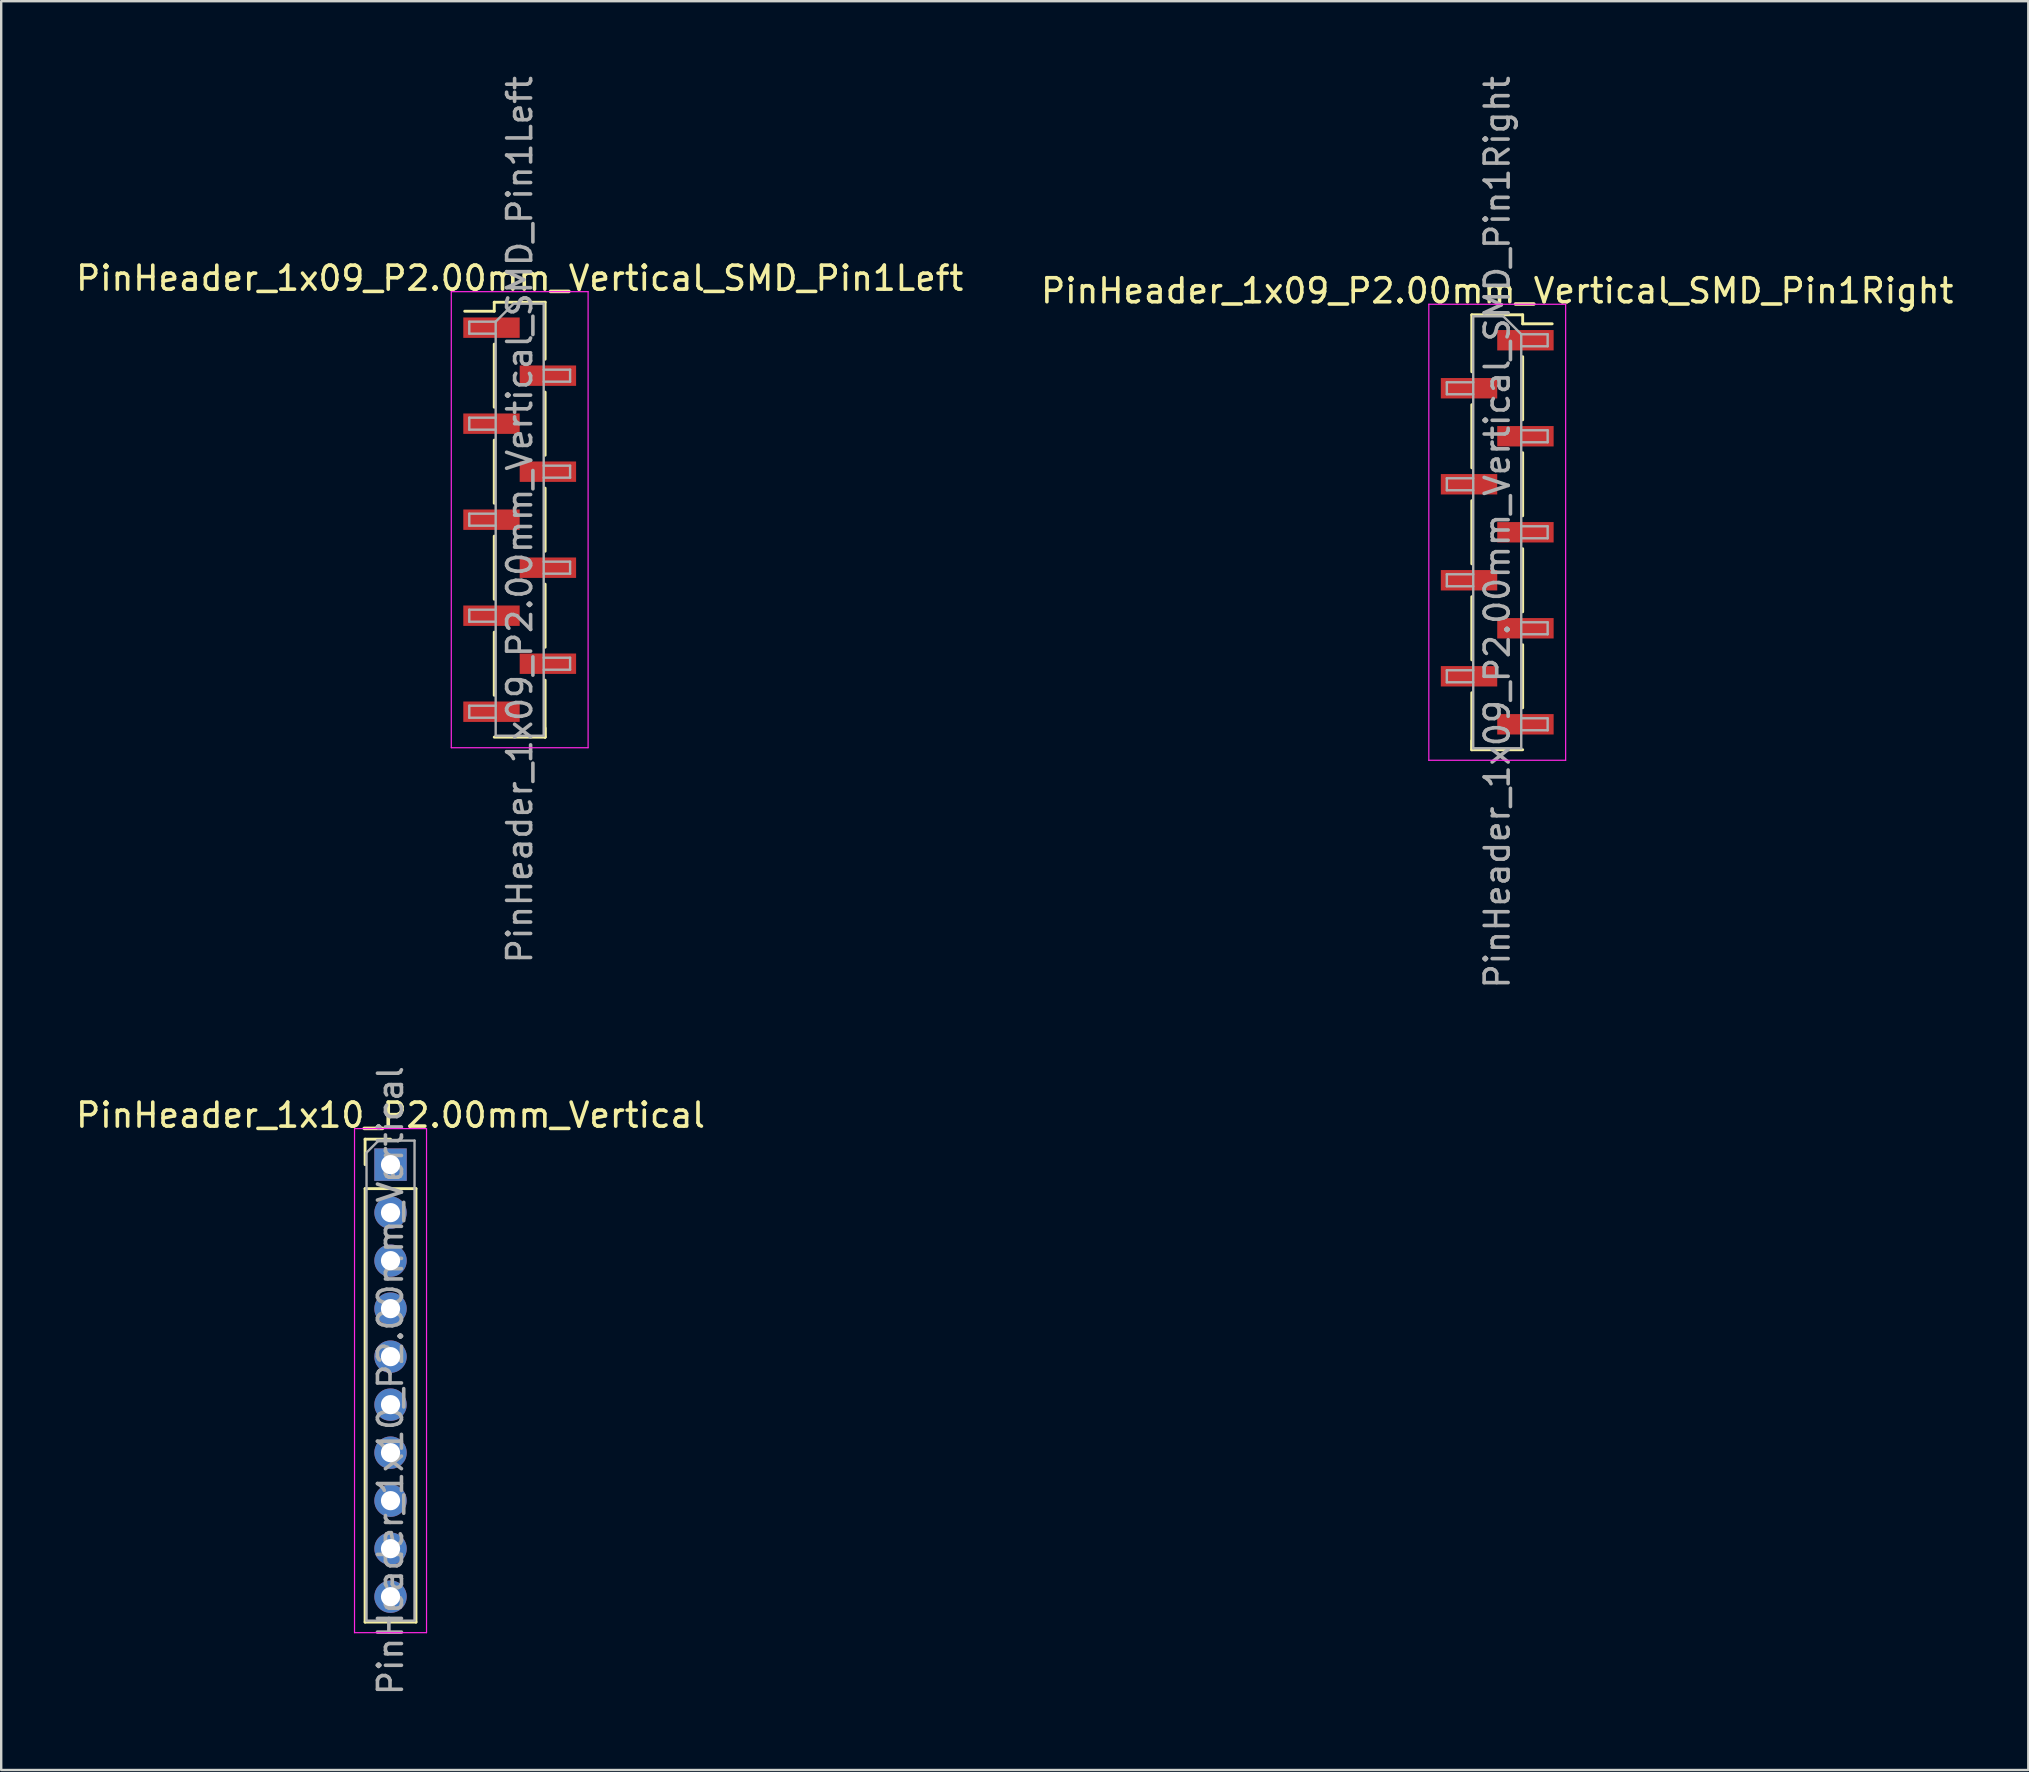
<source format=kicad_pcb>
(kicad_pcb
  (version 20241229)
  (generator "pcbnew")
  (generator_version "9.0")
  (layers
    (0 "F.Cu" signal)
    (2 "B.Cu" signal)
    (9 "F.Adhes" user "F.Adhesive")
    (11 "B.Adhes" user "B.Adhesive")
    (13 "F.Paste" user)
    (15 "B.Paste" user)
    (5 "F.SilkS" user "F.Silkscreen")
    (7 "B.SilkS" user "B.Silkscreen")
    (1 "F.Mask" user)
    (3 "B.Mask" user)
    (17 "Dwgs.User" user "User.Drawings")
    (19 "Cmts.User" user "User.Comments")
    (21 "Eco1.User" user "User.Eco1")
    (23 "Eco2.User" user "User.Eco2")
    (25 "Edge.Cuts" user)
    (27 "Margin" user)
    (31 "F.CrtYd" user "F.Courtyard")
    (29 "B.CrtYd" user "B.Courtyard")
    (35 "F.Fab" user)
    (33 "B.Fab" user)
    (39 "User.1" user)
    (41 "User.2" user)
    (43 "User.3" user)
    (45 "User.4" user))
  (footprint "PinHeader_1x09_P2.00mm_Vertical_SMD_Pin1Left"
    (layer "F.Cu")
    (at 18.601 18.601)
    (property "Reference" "PinHeader_1x09_P2.00mm_Vertical_SMD_Pin1Left" (at 0 -10.06 0) (layer "F.SilkS") (effects (font (size 1 1) (thickness 0.15))))
    (attr smd)
    (fp_line (start -1.06 -9.06) (end -1.06 -8.685) (stroke (width 0.12) (type solid)) (layer "F.SilkS"))
    (fp_line (start -1.06 -9.06) (end 1.06 -9.06) (stroke (width 0.12) (type solid)) (layer "F.SilkS"))
    (fp_line (start -1.06 -8.685) (end -2.29 -8.685) (stroke (width 0.12) (type solid)) (layer "F.SilkS"))
    (fp_line (start -1.06 -7.315) (end -1.06 -4.685) (stroke (width 0.12) (type solid)) (layer "F.SilkS"))
    (fp_line (start -1.06 -3.315) (end -1.06 -0.685) (stroke (width 0.12) (type solid)) (layer "F.SilkS"))
    (fp_line (start -1.06 0.685) (end -1.06 3.315) (stroke (width 0.12) (type solid)) (layer "F.SilkS"))
    (fp_line (start -1.06 4.685) (end -1.06 7.315) (stroke (width 0.12) (type solid)) (layer "F.SilkS"))
    (fp_line (start -1.06 9.06) (end 1.06 9.06) (stroke (width 0.12) (type solid)) (layer "F.SilkS"))
    (fp_line (start 1.06 -9.06) (end 1.06 -6.685) (stroke (width 0.12) (type solid)) (layer "F.SilkS"))
    (fp_line (start 1.06 -5.315) (end 1.06 -2.685) (stroke (width 0.12) (type solid)) (layer "F.SilkS"))
    (fp_line (start 1.06 -1.315) (end 1.06 1.315) (stroke (width 0.12) (type solid)) (layer "F.SilkS"))
    (fp_line (start 1.06 2.685) (end 1.06 5.315) (stroke (width 0.12) (type solid)) (layer "F.SilkS"))
    (fp_line (start 1.06 6.685) (end 1.06 9.06) (stroke (width 0.12) (type solid)) (layer "F.SilkS"))
    (fp_line (start 1.06 8.685) (end 1.06 9.06) (stroke (width 0.12) (type solid)) (layer "F.SilkS"))
    (fp_line (start -2.85 -9.5) (end -2.85 9.5) (stroke (width 0.05) (type solid)) (layer "F.CrtYd"))
    (fp_line (start -2.85 9.5) (end 2.85 9.5) (stroke (width 0.05) (type solid)) (layer "F.CrtYd"))
    (fp_line (start 2.85 -9.5) (end -2.85 -9.5) (stroke (width 0.05) (type solid)) (layer "F.CrtYd"))
    (fp_line (start 2.85 9.5) (end 2.85 -9.5) (stroke (width 0.05) (type solid)) (layer "F.CrtYd"))
    (fp_line (start -2.1 -8.25) (end -2.1 -7.75) (stroke (width 0.1) (type solid)) (layer "F.Fab"))
    (fp_line (start -2.1 -7.75) (end -1 -7.75) (stroke (width 0.1) (type solid)) (layer "F.Fab"))
    (fp_line (start -2.1 -4.25) (end -2.1 -3.75) (stroke (width 0.1) (type solid)) (layer "F.Fab"))
    (fp_line (start -2.1 -3.75) (end -1 -3.75) (stroke (width 0.1) (type solid)) (layer "F.Fab"))
    (fp_line (start -2.1 -0.25) (end -2.1 0.25) (stroke (width 0.1) (type solid)) (layer "F.Fab"))
    (fp_line (start -2.1 0.25) (end -1 0.25) (stroke (width 0.1) (type solid)) (layer "F.Fab"))
    (fp_line (start -2.1 3.75) (end -2.1 4.25) (stroke (width 0.1) (type solid)) (layer "F.Fab"))
    (fp_line (start -2.1 4.25) (end -1 4.25) (stroke (width 0.1) (type solid)) (layer "F.Fab"))
    (fp_line (start -2.1 7.75) (end -2.1 8.25) (stroke (width 0.1) (type solid)) (layer "F.Fab"))
    (fp_line (start -2.1 8.25) (end -1 8.25) (stroke (width 0.1) (type solid)) (layer "F.Fab"))
    (fp_line (start -1 -8.25) (end -2.1 -8.25) (stroke (width 0.1) (type solid)) (layer "F.Fab"))
    (fp_line (start -1 -8.25) (end -0.25 -9) (stroke (width 0.1) (type solid)) (layer "F.Fab"))
    (fp_line (start -1 -4.25) (end -2.1 -4.25) (stroke (width 0.1) (type solid)) (layer "F.Fab"))
    (fp_line (start -1 -0.25) (end -2.1 -0.25) (stroke (width 0.1) (type solid)) (layer "F.Fab"))
    (fp_line (start -1 3.75) (end -2.1 3.75) (stroke (width 0.1) (type solid)) (layer "F.Fab"))
    (fp_line (start -1 7.75) (end -2.1 7.75) (stroke (width 0.1) (type solid)) (layer "F.Fab"))
    (fp_line (start -1 9) (end -1 -8.25) (stroke (width 0.1) (type solid)) (layer "F.Fab"))
    (fp_line (start -0.25 -9) (end 1 -9) (stroke (width 0.1) (type solid)) (layer "F.Fab"))
    (fp_line (start 1 -9) (end 1 9) (stroke (width 0.1) (type solid)) (layer "F.Fab"))
    (fp_line (start 1 -6.25) (end 2.1 -6.25) (stroke (width 0.1) (type solid)) (layer "F.Fab"))
    (fp_line (start 1 -2.25) (end 2.1 -2.25) (stroke (width 0.1) (type solid)) (layer "F.Fab"))
    (fp_line (start 1 1.75) (end 2.1 1.75) (stroke (width 0.1) (type solid)) (layer "F.Fab"))
    (fp_line (start 1 5.75) (end 2.1 5.75) (stroke (width 0.1) (type solid)) (layer "F.Fab"))
    (fp_line (start 1 9) (end -1 9) (stroke (width 0.1) (type solid)) (layer "F.Fab"))
    (fp_line (start 2.1 -6.25) (end 2.1 -5.75) (stroke (width 0.1) (type solid)) (layer "F.Fab"))
    (fp_line (start 2.1 -5.75) (end 1 -5.75) (stroke (width 0.1) (type solid)) (layer "F.Fab"))
    (fp_line (start 2.1 -2.25) (end 2.1 -1.75) (stroke (width 0.1) (type solid)) (layer "F.Fab"))
    (fp_line (start 2.1 -1.75) (end 1 -1.75) (stroke (width 0.1) (type solid)) (layer "F.Fab"))
    (fp_line (start 2.1 1.75) (end 2.1 2.25) (stroke (width 0.1) (type solid)) (layer "F.Fab"))
    (fp_line (start 2.1 2.25) (end 1 2.25) (stroke (width 0.1) (type solid)) (layer "F.Fab"))
    (fp_line (start 2.1 5.75) (end 2.1 6.25) (stroke (width 0.1) (type solid)) (layer "F.Fab"))
    (fp_line (start 2.1 6.25) (end 1 6.25) (stroke (width 0.1) (type solid)) (layer "F.Fab"))
    (fp_text user "${REFERENCE}" (at 0 0 90) (layer "F.Fab") (effects (font (size 1 1) (thickness 0.15))))
    (pad "1" smd rect (at -1.175 -8) (size 2.35 0.85) (layers "F.Cu" "F.Mask" "F.Paste"))
    (pad "2" smd rect (at 1.175 -6) (size 2.35 0.85) (layers "F.Cu" "F.Mask" "F.Paste"))
    (pad "3" smd rect (at -1.175 -4) (size 2.35 0.85) (layers "F.Cu" "F.Mask" "F.Paste"))
    (pad "4" smd rect (at 1.175 -2) (size 2.35 0.85) (layers "F.Cu" "F.Mask" "F.Paste"))
    (pad "5" smd rect (at -1.175 0) (size 2.35 0.85) (layers "F.Cu" "F.Mask" "F.Paste"))
    (pad "6" smd rect (at 1.175 2) (size 2.35 0.85) (layers "F.Cu" "F.Mask" "F.Paste"))
    (pad "7" smd rect (at -1.175 4) (size 2.35 0.85) (layers "F.Cu" "F.Mask" "F.Paste"))
    (pad "8" smd rect (at 1.175 6) (size 2.35 0.85) (layers "F.Cu" "F.Mask" "F.Paste"))
    (pad "9" smd rect (at -1.175 8) (size 2.35 0.85) (layers "F.Cu" "F.Mask" "F.Paste")))
  (footprint "PinHeader_1x10_P2.00mm_Vertical"
    (layer "F.Cu")
    (at 13.22 45.47)
    (property "Reference" "PinHeader_1x10_P2.00mm_Vertical" (at 0 -2.06 0) (layer "F.SilkS") (effects (font (size 1 1) (thickness 0.15))))
    (attr through_hole)
    (fp_line (start -1.06 -1.06) (end 0 -1.06) (stroke (width 0.12) (type solid)) (layer "F.SilkS"))
    (fp_line (start -1.06 0) (end -1.06 -1.06) (stroke (width 0.12) (type solid)) (layer "F.SilkS"))
    (fp_line (start -1.06 1) (end -1.06 19.06) (stroke (width 0.12) (type solid)) (layer "F.SilkS"))
    (fp_line (start -1.06 1) (end 1.06 1) (stroke (width 0.12) (type solid)) (layer "F.SilkS"))
    (fp_line (start -1.06 19.06) (end 1.06 19.06) (stroke (width 0.12) (type solid)) (layer "F.SilkS"))
    (fp_line (start 1.06 1) (end 1.06 19.06) (stroke (width 0.12) (type solid)) (layer "F.SilkS"))
    (fp_line (start -1.5 -1.5) (end -1.5 19.5) (stroke (width 0.05) (type solid)) (layer "F.CrtYd"))
    (fp_line (start -1.5 19.5) (end 1.5 19.5) (stroke (width 0.05) (type solid)) (layer "F.CrtYd"))
    (fp_line (start 1.5 -1.5) (end -1.5 -1.5) (stroke (width 0.05) (type solid)) (layer "F.CrtYd"))
    (fp_line (start 1.5 19.5) (end 1.5 -1.5) (stroke (width 0.05) (type solid)) (layer "F.CrtYd"))
    (fp_line (start -1 -0.5) (end -0.5 -1) (stroke (width 0.1) (type solid)) (layer "F.Fab"))
    (fp_line (start -1 19) (end -1 -0.5) (stroke (width 0.1) (type solid)) (layer "F.Fab"))
    (fp_line (start -0.5 -1) (end 1 -1) (stroke (width 0.1) (type solid)) (layer "F.Fab"))
    (fp_line (start 1 -1) (end 1 19) (stroke (width 0.1) (type solid)) (layer "F.Fab"))
    (fp_line (start 1 19) (end -1 19) (stroke (width 0.1) (type solid)) (layer "F.Fab"))
    (fp_text user "${REFERENCE}" (at 0 9 90) (layer "F.Fab") (effects (font (size 1 1) (thickness 0.15))))
    (pad "1" thru_hole rect (at 0 0) (size 1.35 1.35) (drill 0.8) (layers "*.Cu" "*.Mask"))
    (pad "2" thru_hole oval (at 0 2) (size 1.35 1.35) (drill 0.8) (layers "*.Cu" "*.Mask"))
    (pad "3" thru_hole oval (at 0 4) (size 1.35 1.35) (drill 0.8) (layers "*.Cu" "*.Mask"))
    (pad "4" thru_hole oval (at 0 6) (size 1.35 1.35) (drill 0.8) (layers "*.Cu" "*.Mask"))
    (pad "5" thru_hole oval (at 0 8) (size 1.35 1.35) (drill 0.8) (layers "*.Cu" "*.Mask"))
    (pad "6" thru_hole oval (at 0 10) (size 1.35 1.35) (drill 0.8) (layers "*.Cu" "*.Mask"))
    (pad "7" thru_hole oval (at 0 12) (size 1.35 1.35) (drill 0.8) (layers "*.Cu" "*.Mask"))
    (pad "8" thru_hole oval (at 0 14) (size 1.35 1.35) (drill 0.8) (layers "*.Cu" "*.Mask"))
    (pad "9" thru_hole oval (at 0 16) (size 1.35 1.35) (drill 0.8) (layers "*.Cu" "*.Mask"))
    (pad "10" thru_hole oval (at 0 18) (size 1.35 1.35) (drill 0.8) (layers "*.Cu" "*.Mask")))
  (footprint "PinHeader_1x09_P2.00mm_Vertical_SMD_Pin1Right"
    (layer "F.Cu")
    (at 59.327 19.125)
    (property "Reference" "PinHeader_1x09_P2.00mm_Vertical_SMD_Pin1Right" (at 0 -10.06 0) (layer "F.SilkS") (effects (font (size 1 1) (thickness 0.15))))
    (attr smd)
    (fp_line (start -1.06 -9.06) (end -1.06 -6.685) (stroke (width 0.12) (type solid)) (layer "F.SilkS"))
    (fp_line (start -1.06 -9.06) (end 1.06 -9.06) (stroke (width 0.12) (type solid)) (layer "F.SilkS"))
    (fp_line (start -1.06 -5.315) (end -1.06 -2.685) (stroke (width 0.12) (type solid)) (layer "F.SilkS"))
    (fp_line (start -1.06 -1.315) (end -1.06 1.315) (stroke (width 0.12) (type solid)) (layer "F.SilkS"))
    (fp_line (start -1.06 2.685) (end -1.06 5.315) (stroke (width 0.12) (type solid)) (layer "F.SilkS"))
    (fp_line (start -1.06 6.685) (end -1.06 9.06) (stroke (width 0.12) (type solid)) (layer "F.SilkS"))
    (fp_line (start -1.06 8.685) (end -1.06 9.06) (stroke (width 0.12) (type solid)) (layer "F.SilkS"))
    (fp_line (start -1.06 9.06) (end 1.06 9.06) (stroke (width 0.12) (type solid)) (layer "F.SilkS"))
    (fp_line (start 1.06 -9.06) (end 1.06 -8.685) (stroke (width 0.12) (type solid)) (layer "F.SilkS"))
    (fp_line (start 1.06 -8.685) (end 2.29 -8.685) (stroke (width 0.12) (type solid)) (layer "F.SilkS"))
    (fp_line (start 1.06 -7.315) (end 1.06 -4.685) (stroke (width 0.12) (type solid)) (layer "F.SilkS"))
    (fp_line (start 1.06 -3.315) (end 1.06 -0.685) (stroke (width 0.12) (type solid)) (layer "F.SilkS"))
    (fp_line (start 1.06 0.685) (end 1.06 3.315) (stroke (width 0.12) (type solid)) (layer "F.SilkS"))
    (fp_line (start 1.06 4.685) (end 1.06 7.315) (stroke (width 0.12) (type solid)) (layer "F.SilkS"))
    (fp_line (start -2.85 -9.5) (end -2.85 9.5) (stroke (width 0.05) (type solid)) (layer "F.CrtYd"))
    (fp_line (start -2.85 9.5) (end 2.85 9.5) (stroke (width 0.05) (type solid)) (layer "F.CrtYd"))
    (fp_line (start 2.85 -9.5) (end -2.85 -9.5) (stroke (width 0.05) (type solid)) (layer "F.CrtYd"))
    (fp_line (start 2.85 9.5) (end 2.85 -9.5) (stroke (width 0.05) (type solid)) (layer "F.CrtYd"))
    (fp_line (start -2.1 -6.25) (end -2.1 -5.75) (stroke (width 0.1) (type solid)) (layer "F.Fab"))
    (fp_line (start -2.1 -5.75) (end -1 -5.75) (stroke (width 0.1) (type solid)) (layer "F.Fab"))
    (fp_line (start -2.1 -2.25) (end -2.1 -1.75) (stroke (width 0.1) (type solid)) (layer "F.Fab"))
    (fp_line (start -2.1 -1.75) (end -1 -1.75) (stroke (width 0.1) (type solid)) (layer "F.Fab"))
    (fp_line (start -2.1 1.75) (end -2.1 2.25) (stroke (width 0.1) (type solid)) (layer "F.Fab"))
    (fp_line (start -2.1 2.25) (end -1 2.25) (stroke (width 0.1) (type solid)) (layer "F.Fab"))
    (fp_line (start -2.1 5.75) (end -2.1 6.25) (stroke (width 0.1) (type solid)) (layer "F.Fab"))
    (fp_line (start -2.1 6.25) (end -1 6.25) (stroke (width 0.1) (type solid)) (layer "F.Fab"))
    (fp_line (start -1 -9) (end -1 9) (stroke (width 0.1) (type solid)) (layer "F.Fab"))
    (fp_line (start -1 -9) (end 0.25 -9) (stroke (width 0.1) (type solid)) (layer "F.Fab"))
    (fp_line (start -1 -6.25) (end -2.1 -6.25) (stroke (width 0.1) (type solid)) (layer "F.Fab"))
    (fp_line (start -1 -2.25) (end -2.1 -2.25) (stroke (width 0.1) (type solid)) (layer "F.Fab"))
    (fp_line (start -1 1.75) (end -2.1 1.75) (stroke (width 0.1) (type solid)) (layer "F.Fab"))
    (fp_line (start -1 5.75) (end -2.1 5.75) (stroke (width 0.1) (type solid)) (layer "F.Fab"))
    (fp_line (start 1 -8.25) (end 0.25 -9) (stroke (width 0.1) (type solid)) (layer "F.Fab"))
    (fp_line (start 1 -8.25) (end 2.1 -8.25) (stroke (width 0.1) (type solid)) (layer "F.Fab"))
    (fp_line (start 1 -4.25) (end 2.1 -4.25) (stroke (width 0.1) (type solid)) (layer "F.Fab"))
    (fp_line (start 1 -0.25) (end 2.1 -0.25) (stroke (width 0.1) (type solid)) (layer "F.Fab"))
    (fp_line (start 1 3.75) (end 2.1 3.75) (stroke (width 0.1) (type solid)) (layer "F.Fab"))
    (fp_line (start 1 7.75) (end 2.1 7.75) (stroke (width 0.1) (type solid)) (layer "F.Fab"))
    (fp_line (start 1 9) (end -1 9) (stroke (width 0.1) (type solid)) (layer "F.Fab"))
    (fp_line (start 1 9) (end 1 -8.25) (stroke (width 0.1) (type solid)) (layer "F.Fab"))
    (fp_line (start 2.1 -8.25) (end 2.1 -7.75) (stroke (width 0.1) (type solid)) (layer "F.Fab"))
    (fp_line (start 2.1 -7.75) (end 1 -7.75) (stroke (width 0.1) (type solid)) (layer "F.Fab"))
    (fp_line (start 2.1 -4.25) (end 2.1 -3.75) (stroke (width 0.1) (type solid)) (layer "F.Fab"))
    (fp_line (start 2.1 -3.75) (end 1 -3.75) (stroke (width 0.1) (type solid)) (layer "F.Fab"))
    (fp_line (start 2.1 -0.25) (end 2.1 0.25) (stroke (width 0.1) (type solid)) (layer "F.Fab"))
    (fp_line (start 2.1 0.25) (end 1 0.25) (stroke (width 0.1) (type solid)) (layer "F.Fab"))
    (fp_line (start 2.1 3.75) (end 2.1 4.25) (stroke (width 0.1) (type solid)) (layer "F.Fab"))
    (fp_line (start 2.1 4.25) (end 1 4.25) (stroke (width 0.1) (type solid)) (layer "F.Fab"))
    (fp_line (start 2.1 7.75) (end 2.1 8.25) (stroke (width 0.1) (type solid)) (layer "F.Fab"))
    (fp_line (start 2.1 8.25) (end 1 8.25) (stroke (width 0.1) (type solid)) (layer "F.Fab"))
    (fp_text user "${REFERENCE}" (at 0 0 90) (layer "F.Fab") (effects (font (size 1 1) (thickness 0.15))))
    (pad "1" smd rect (at 1.175 -8) (size 2.35 0.85) (layers "F.Cu" "F.Mask" "F.Paste"))
    (pad "2" smd rect (at -1.175 -6) (size 2.35 0.85) (layers "F.Cu" "F.Mask" "F.Paste"))
    (pad "3" smd rect (at 1.175 -4) (size 2.35 0.85) (layers "F.Cu" "F.Mask" "F.Paste"))
    (pad "4" smd rect (at -1.175 -2) (size 2.35 0.85) (layers "F.Cu" "F.Mask" "F.Paste"))
    (pad "5" smd rect (at 1.175 0) (size 2.35 0.85) (layers "F.Cu" "F.Mask" "F.Paste"))
    (pad "6" smd rect (at -1.175 2) (size 2.35 0.85) (layers "F.Cu" "F.Mask" "F.Paste"))
    (pad "7" smd rect (at 1.175 4) (size 2.35 0.85) (layers "F.Cu" "F.Mask" "F.Paste"))
    (pad "8" smd rect (at -1.175 6) (size 2.35 0.85) (layers "F.Cu" "F.Mask" "F.Paste"))
    (pad "9" smd rect (at 1.175 8) (size 2.35 0.85) (layers "F.Cu" "F.Mask" "F.Paste")))
  (gr_rect
    (start -3 -3)
    (end 81.452 70.69)
    (stroke (width 0.1) (type default))
    (fill no)
    (layer "Edge.Cuts")))
</source>
